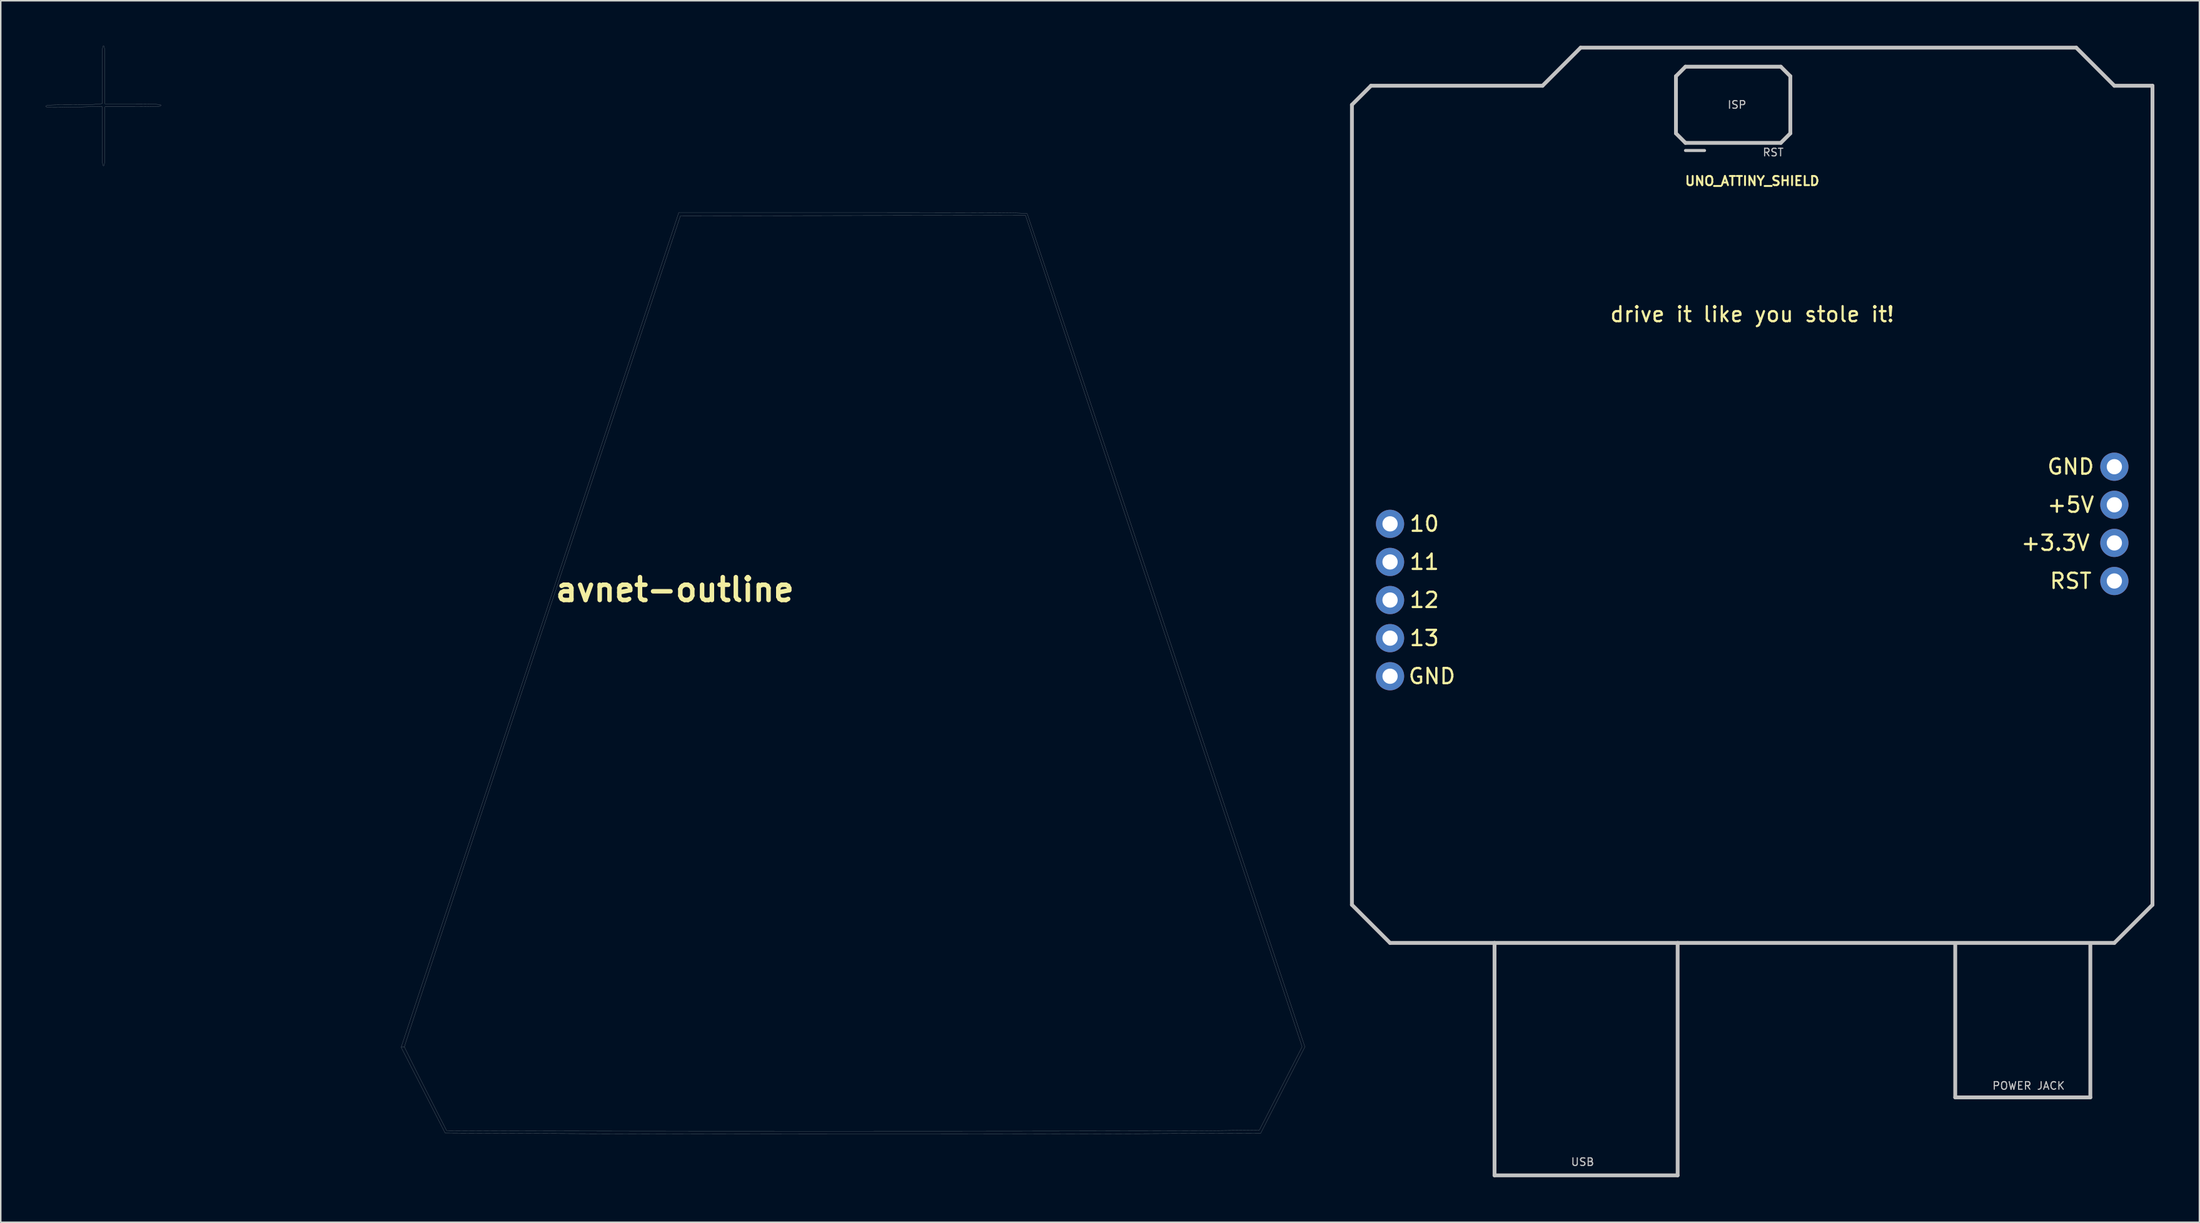
<source format=kicad_pcb>
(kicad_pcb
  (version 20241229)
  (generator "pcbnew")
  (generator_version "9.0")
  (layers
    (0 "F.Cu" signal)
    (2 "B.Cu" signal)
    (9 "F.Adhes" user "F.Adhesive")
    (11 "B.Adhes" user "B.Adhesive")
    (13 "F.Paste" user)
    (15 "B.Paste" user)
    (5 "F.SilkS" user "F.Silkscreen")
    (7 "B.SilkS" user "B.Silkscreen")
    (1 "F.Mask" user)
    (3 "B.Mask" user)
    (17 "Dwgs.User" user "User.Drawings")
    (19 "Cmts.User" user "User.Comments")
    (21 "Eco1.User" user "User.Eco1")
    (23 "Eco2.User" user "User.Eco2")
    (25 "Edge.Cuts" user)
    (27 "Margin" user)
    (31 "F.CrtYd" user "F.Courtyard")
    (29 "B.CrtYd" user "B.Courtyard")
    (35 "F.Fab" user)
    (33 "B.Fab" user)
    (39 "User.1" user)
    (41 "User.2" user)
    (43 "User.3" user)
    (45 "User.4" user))
  (footprint "UNO_ATTINY_SHIELD"
    (layer "F.Cu")
    (at 113.697 30.607)
    (property "Reference" "UNO_ATTINY_SHIELD" (at 0 -21.59 0) (layer "F.SilkS") (effects (font (size 0.61 0.61) (thickness 0.127))))
    (attr exclude_from_pos_files exclude_from_bom)
    (fp_line (start -26.67 -26.67) (end -26.67 26.67) (stroke (width 0.254) (type solid)) (layer "Dwgs.User"))
    (fp_line (start -26.67 26.67) (end -24.13 29.21) (stroke (width 0.254) (type solid)) (layer "Dwgs.User"))
    (fp_line (start -25.4 -27.94) (end -26.67 -26.67) (stroke (width 0.254) (type solid)) (layer "Dwgs.User"))
    (fp_line (start -24.13 29.21) (end -17.168 29.21) (stroke (width 0.254) (type solid)) (layer "Dwgs.User"))
    (fp_line (start -17.168 29.21) (end -4.968 29.21) (stroke (width 0.254) (type solid)) (layer "Dwgs.User"))
    (fp_line (start -17.168 44.709) (end -17.168 29.21) (stroke (width 0.254) (type solid)) (layer "Dwgs.User"))
    (fp_line (start -17.168 44.709) (end -4.968 44.709) (stroke (width 0.254) (type solid)) (layer "Dwgs.User"))
    (fp_line (start -13.97 -27.94) (end -25.4 -27.94) (stroke (width 0.254) (type solid)) (layer "Dwgs.User"))
    (fp_line (start -11.43 -30.48) (end -13.97 -27.94) (stroke (width 0.254) (type solid)) (layer "Dwgs.User"))
    (fp_line (start -5.08 -28.575) (end -4.445 -29.21) (stroke (width 0.254) (type solid)) (layer "Dwgs.User"))
    (fp_line (start -5.08 -24.765) (end -5.08 -28.575) (stroke (width 0.254) (type solid)) (layer "Dwgs.User"))
    (fp_line (start -4.968 29.21) (end 24.13 29.21) (stroke (width 0.254) (type solid)) (layer "Dwgs.User"))
    (fp_line (start -4.968 44.709) (end -4.968 29.21) (stroke (width 0.254) (type solid)) (layer "Dwgs.User"))
    (fp_line (start -4.445 -29.21) (end 1.905 -29.21) (stroke (width 0.254) (type solid)) (layer "Dwgs.User"))
    (fp_line (start -4.445 -24.13) (end -5.08 -24.765) (stroke (width 0.254) (type solid)) (layer "Dwgs.User"))
    (fp_line (start -3.175 -23.622) (end -4.445 -23.622) (stroke (width 0.203) (type solid)) (layer "Dwgs.User"))
    (fp_line (start 1.905 -29.21) (end 2.54 -28.575) (stroke (width 0.254) (type solid)) (layer "Dwgs.User"))
    (fp_line (start 1.905 -24.13) (end -4.445 -24.13) (stroke (width 0.254) (type solid)) (layer "Dwgs.User"))
    (fp_line (start 2.54 -28.575) (end 2.54 -24.765) (stroke (width 0.254) (type solid)) (layer "Dwgs.User"))
    (fp_line (start 2.54 -24.765) (end 1.905 -24.13) (stroke (width 0.254) (type solid)) (layer "Dwgs.User"))
    (fp_line (start 13.528 39.51) (end 13.528 29.309) (stroke (width 0.254) (type solid)) (layer "Dwgs.User"))
    (fp_line (start 13.528 39.51) (end 22.53 39.51) (stroke (width 0.254) (type solid)) (layer "Dwgs.User"))
    (fp_line (start 21.59 -30.48) (end -11.43 -30.48) (stroke (width 0.254) (type solid)) (layer "Dwgs.User"))
    (fp_line (start 22.53 39.51) (end 22.53 29.309) (stroke (width 0.254) (type solid)) (layer "Dwgs.User"))
    (fp_line (start 24.13 -27.94) (end 21.59 -30.48) (stroke (width 0.254) (type solid)) (layer "Dwgs.User"))
    (fp_line (start 24.13 29.21) (end 26.67 26.67) (stroke (width 0.254) (type solid)) (layer "Dwgs.User"))
    (fp_line (start 26.67 -27.94) (end 24.13 -27.94) (stroke (width 0.254) (type solid)) (layer "Dwgs.User"))
    (fp_line (start 26.67 26.67) (end 26.67 -27.94) (stroke (width 0.254) (type solid)) (layer "Dwgs.User"))
    (fp_text user "GND" (at -21.336 11.43 0) (layer "F.SilkS") (effects (font (size 1.016 1.016) (thickness 0.152))))
    (fp_text user "RST" (at 21.222 5.08 180) (layer "F.SilkS") (effects (font (size 1.016 1.016) (thickness 0.152))))
    (fp_text user "10" (at -21.844 1.27 0) (layer "F.SilkS") (effects (font (size 1.016 1.016) (thickness 0.152))))
    (fp_text user "11" (at -21.844 3.81 0) (layer "F.SilkS") (effects (font (size 1.016 1.016) (thickness 0.152))))
    (fp_text user "12" (at -21.844 6.35 0) (layer "F.SilkS") (effects (font (size 1.016 1.016) (thickness 0.152))))
    (fp_text user "+3.3V" (at 20.206 2.54 180) (layer "F.SilkS") (effects (font (size 1.016 1.016) (thickness 0.152))))
    (fp_text user "GND" (at 21.222 -2.54 180) (layer "F.SilkS") (effects (font (size 1.016 1.016) (thickness 0.152))))
    (fp_text user "13" (at -21.844 8.89 0) (layer "F.SilkS") (effects (font (size 1.016 1.016) (thickness 0.152))))
    (fp_text user "+5V" (at 21.222 0 180) (layer "F.SilkS") (effects (font (size 1.016 1.016) (thickness 0.152))))
    (fp_text user "drive it like you stole it!" (at 0 -12.7 0) (layer "F.SilkS") (effects (font (size 1 1) (thickness 0.15))))
    (fp_text user "ISP" (at -1.016 -26.67 0) (layer "Dwgs.User") (effects (font (size 0.508 0.508) (thickness 0.076))))
    (fp_text user "USB" (at -11.303 43.815 0) (layer "Dwgs.User") (effects (font (size 0.508 0.508) (thickness 0.076))))
    (fp_text user "RST" (at 1.397 -23.495 0) (layer "Dwgs.User") (effects (font (size 0.508 0.508) (thickness 0.076))))
    (fp_text user "POWER JACK" (at 18.415 38.735 0) (layer "Dwgs.User") (effects (font (size 0.508 0.508) (thickness 0.076))))
    (pad "3.3V" thru_hole circle (at 24.13 2.54) (size 1.88 1.88) (drill 1.016) (layers "*.Cu" "*.Mask"))
    (pad "5V" thru_hole circle (at 24.13 0) (size 1.88 1.88) (drill 1.016) (layers "*.Cu" "*.Mask"))
    (pad "D10" thru_hole circle (at -24.13 1.27) (size 1.88 1.88) (drill 1.016) (layers "*.Cu" "*.Mask"))
    (pad "D11" thru_hole circle (at -24.13 3.81) (size 1.88 1.88) (drill 1.016) (layers "*.Cu" "*.Mask"))
    (pad "D12" thru_hole circle (at -24.13 6.35) (size 1.88 1.88) (drill 1.016) (layers "*.Cu" "*.Mask"))
    (pad "D13" thru_hole circle (at -24.13 8.89) (size 1.88 1.88) (drill 1.016) (layers "*.Cu" "*.Mask"))
    (pad "GND@" thru_hole circle (at -24.13 11.43) (size 1.88 1.88) (drill 1.016) (layers "*.Cu" "*.Mask"))
    (pad "GND@" thru_hole circle (at 24.13 -2.54) (size 1.88 1.88) (drill 1.016) (layers "*.Cu" "*.Mask"))
    (pad "RES" thru_hole circle (at 24.13 5.08) (size 1.88 1.88) (drill 1.016) (layers "*.Cu" "*.Mask")))
  (footprint "avnet-outline"
    (layer "F.Cu")
    (at 3.561 4.26)
    (property "Reference" "avnet-outline" (at 38.354 32.004 0) (layer "F.SilkS") (effects (font (size 1.524 1.524) (thickness 0.3))))
    (attr through_hole)
    (fp_poly (pts (xy 0.313 -4.241) (xy 0.335 -4.192) (xy 0.351 -4.094) (xy 0.363 -3.935) (xy 0.372 -3.703) (xy 0.377 -3.384) (xy 0.38 -2.966) (xy 0.381 -2.436) (xy 0.381 -2.318) (xy 0.381 -0.381) (xy 2.254 -0.381) (xy 2.839 -0.379) (xy 3.304 -0.374) (xy 3.657 -0.364) (xy 3.906 -0.349) (xy 4.058 -0.328) (xy 4.122 -0.3) (xy 4.104 -0.266) (xy 4.027 -0.229) (xy 3.939 -0.219) (xy 3.742 -0.21) (xy 3.452 -0.202) (xy 3.087 -0.196) (xy 2.665 -0.192) (xy 2.202 -0.191) (xy 2.154 -0.191) (xy 0.381 -0.191) (xy 0.381 1.778) (xy 0.38 2.336) (xy 0.378 2.78) (xy 0.373 3.122) (xy 0.366 3.375) (xy 0.354 3.551) (xy 0.339 3.663) (xy 0.319 3.724) (xy 0.294 3.746) (xy 0.286 3.747) (xy 0.259 3.733) (xy 0.237 3.684) (xy 0.221 3.587) (xy 0.209 3.429) (xy 0.2 3.199) (xy 0.195 2.882) (xy 0.192 2.468) (xy 0.191 1.942) (xy 0.191 1.768) (xy 0.191 -0.211) (xy -1.683 -0.168) (xy -2.224 -0.156) (xy -2.652 -0.148) (xy -2.978 -0.146) (xy -3.217 -0.148) (xy -3.381 -0.155) (xy -3.484 -0.169) (xy -3.537 -0.188) (xy -3.556 -0.214) (xy -3.556 -0.221) (xy -3.542 -0.252) (xy -3.489 -0.276) (xy -3.384 -0.294) (xy -3.211 -0.306) (xy -2.956 -0.313) (xy -2.604 -0.317) (xy -2.14 -0.318) (xy -2.111 -0.318) (xy -1.666 -0.32) (xy -1.235 -0.325) (xy -0.846 -0.333) (xy -0.523 -0.343) (xy -0.293 -0.354) (xy -0.238 -0.359) (xy 0.191 -0.399) (xy 0.191 -2.327) (xy 0.191 -2.879) (xy 0.194 -3.316) (xy 0.198 -3.652) (xy 0.206 -3.9) (xy 0.218 -4.071) (xy 0.234 -4.178) (xy 0.254 -4.235) (xy 0.281 -4.254) (xy 0.286 -4.255) (xy 0.313 -4.241)) (stroke (width 0.01) (type solid)) (fill no) (layer "F.Fab"))
    (fp_poly (pts (xy 51.669 6.858) (xy 53.024 6.859) (xy 54.26 6.86) (xy 55.384 6.861) (xy 56.399 6.862) (xy 57.31 6.865) (xy 58.122 6.867) (xy 58.839 6.871) (xy 59.467 6.874) (xy 60.009 6.879) (xy 60.47 6.884) (xy 60.855 6.889) (xy 61.169 6.895) (xy 61.417 6.902) (xy 61.602 6.91) (xy 61.729 6.919) (xy 61.804 6.928) (xy 61.83 6.937) (xy 61.853 7.002) (xy 61.916 7.184) (xy 62.016 7.479) (xy 62.152 7.882) (xy 62.324 8.392) (xy 62.529 9.002) (xy 62.766 9.711) (xy 63.035 10.514) (xy 63.334 11.407) (xy 63.661 12.387) (xy 64.016 13.449) (xy 64.397 14.591) (xy 64.803 15.808) (xy 65.233 17.096) (xy 65.685 18.452) (xy 66.158 19.871) (xy 66.651 21.351) (xy 67.163 22.887) (xy 67.692 24.476) (xy 68.237 26.114) (xy 68.797 27.796) (xy 69.371 29.52) (xy 69.957 31.282) (xy 70.554 33.077) (xy 71.111 34.753) (xy 80.334 62.489) (xy 78.863 65.365) (xy 77.392 68.242) (xy 68.054 68.284) (xy 66.539 68.29) (xy 64.909 68.295) (xy 63.175 68.3) (xy 61.351 68.304) (xy 59.447 68.307) (xy 57.476 68.309) (xy 55.45 68.311) (xy 53.38 68.311) (xy 51.279 68.311) (xy 49.158 68.311) (xy 47.03 68.309) (xy 44.906 68.307) (xy 42.798 68.304) (xy 40.719 68.3) (xy 38.68 68.296) (xy 36.692 68.291) (xy 34.769 68.285) (xy 32.922 68.279) (xy 31.163 68.272) (xy 29.504 68.264) (xy 29.287 68.263) (xy 23.045 68.231) (xy 20.117 62.516) (xy 20.127 62.484) (xy 20.336 62.484) (xy 20.367 62.558) (xy 20.451 62.734) (xy 20.581 63) (xy 20.751 63.345) (xy 20.957 63.758) (xy 21.193 64.227) (xy 21.452 64.74) (xy 21.73 65.288) (xy 21.749 65.324) (xy 23.146 68.069) (xy 26.226 68.087) (xy 26.737 68.089) (xy 27.359 68.092) (xy 28.087 68.094) (xy 28.913 68.096) (xy 29.833 68.098) (xy 30.839 68.1) (xy 31.926 68.102) (xy 33.088 68.103) (xy 34.318 68.105) (xy 35.612 68.106) (xy 36.962 68.107) (xy 38.362 68.108) (xy 39.808 68.109) (xy 41.292 68.11) (xy 42.809 68.11) (xy 44.352 68.11) (xy 45.916 68.111) (xy 47.494 68.111) (xy 49.081 68.111) (xy 50.67 68.111) (xy 52.255 68.11) (xy 53.831 68.11) (xy 55.392 68.109) (xy 56.93 68.109) (xy 58.441 68.108) (xy 59.919 68.107) (xy 61.356 68.106) (xy 62.748 68.104) (xy 64.088 68.103) (xy 65.37 68.102) (xy 66.588 68.1) (xy 67.736 68.098) (xy 68.808 68.096) (xy 69.798 68.095) (xy 70.701 68.092) (xy 71.509 68.09) (xy 72.217 68.088) (xy 72.819 68.085) (xy 73.309 68.083) (xy 73.681 68.08) (xy 73.812 68.079) (xy 77.297 68.04) (xy 78.721 65.261) (xy 80.145 62.482) (xy 73.193 41.576) (xy 72.64 39.915) (xy 72.086 38.247) (xy 71.531 36.579) (xy 70.978 34.917) (xy 70.43 33.267) (xy 69.887 31.635) (xy 69.353 30.029) (xy 68.83 28.454) (xy 68.319 26.918) (xy 67.822 25.425) (xy 67.343 23.984) (xy 66.883 22.599) (xy 66.444 21.279) (xy 66.028 20.028) (xy 65.638 18.854) (xy 65.275 17.763) (xy 64.942 16.761) (xy 64.641 15.855) (xy 64.374 15.051) (xy 64.143 14.356) (xy 63.978 13.859) (xy 61.715 7.048) (xy 50.221 7.064) (xy 38.727 7.08) (xy 29.524 34.734) (xy 28.918 36.554) (xy 28.323 38.344) (xy 27.739 40.1) (xy 27.168 41.818) (xy 26.611 43.494) (xy 26.069 45.126) (xy 25.544 46.708) (xy 25.036 48.237) (xy 24.547 49.71) (xy 24.079 51.122) (xy 23.632 52.47) (xy 23.208 53.75) (xy 22.808 54.958) (xy 22.433 56.091) (xy 22.085 57.145) (xy 21.765 58.115) (xy 21.473 58.998) (xy 21.212 59.791) (xy 20.982 60.489) (xy 20.785 61.089) (xy 20.623 61.587) (xy 20.495 61.98) (xy 20.404 62.262) (xy 20.351 62.432) (xy 20.336 62.484) (xy 20.127 62.484) (xy 21.389 58.674) (xy 21.501 58.336) (xy 21.652 57.883) (xy 21.839 57.319) (xy 22.061 56.649) (xy 22.317 55.879) (xy 22.605 55.013) (xy 22.923 54.056) (xy 23.269 53.013) (xy 23.643 51.889) (xy 24.041 50.69) (xy 24.464 49.419) (xy 24.908 48.082) (xy 25.372 46.685) (xy 25.856 45.231) (xy 26.356 43.726) (xy 26.872 42.175) (xy 27.401 40.582) (xy 27.942 38.954) (xy 28.494 37.294) (xy 29.055 35.607) (xy 29.623 33.899) (xy 30.197 32.174) (xy 30.639 30.845) (xy 38.615 6.858) (xy 50.193 6.858) (xy 51.669 6.858)) (stroke (width 0.01) (type solid)) (fill no) (layer "F.Fab")))
  (gr_rect
    (start -3 -3)
    (end 143.494 78.443)
    (stroke (width 0.1) (type default))
    (fill no)
    (layer "Edge.Cuts")))
</source>
